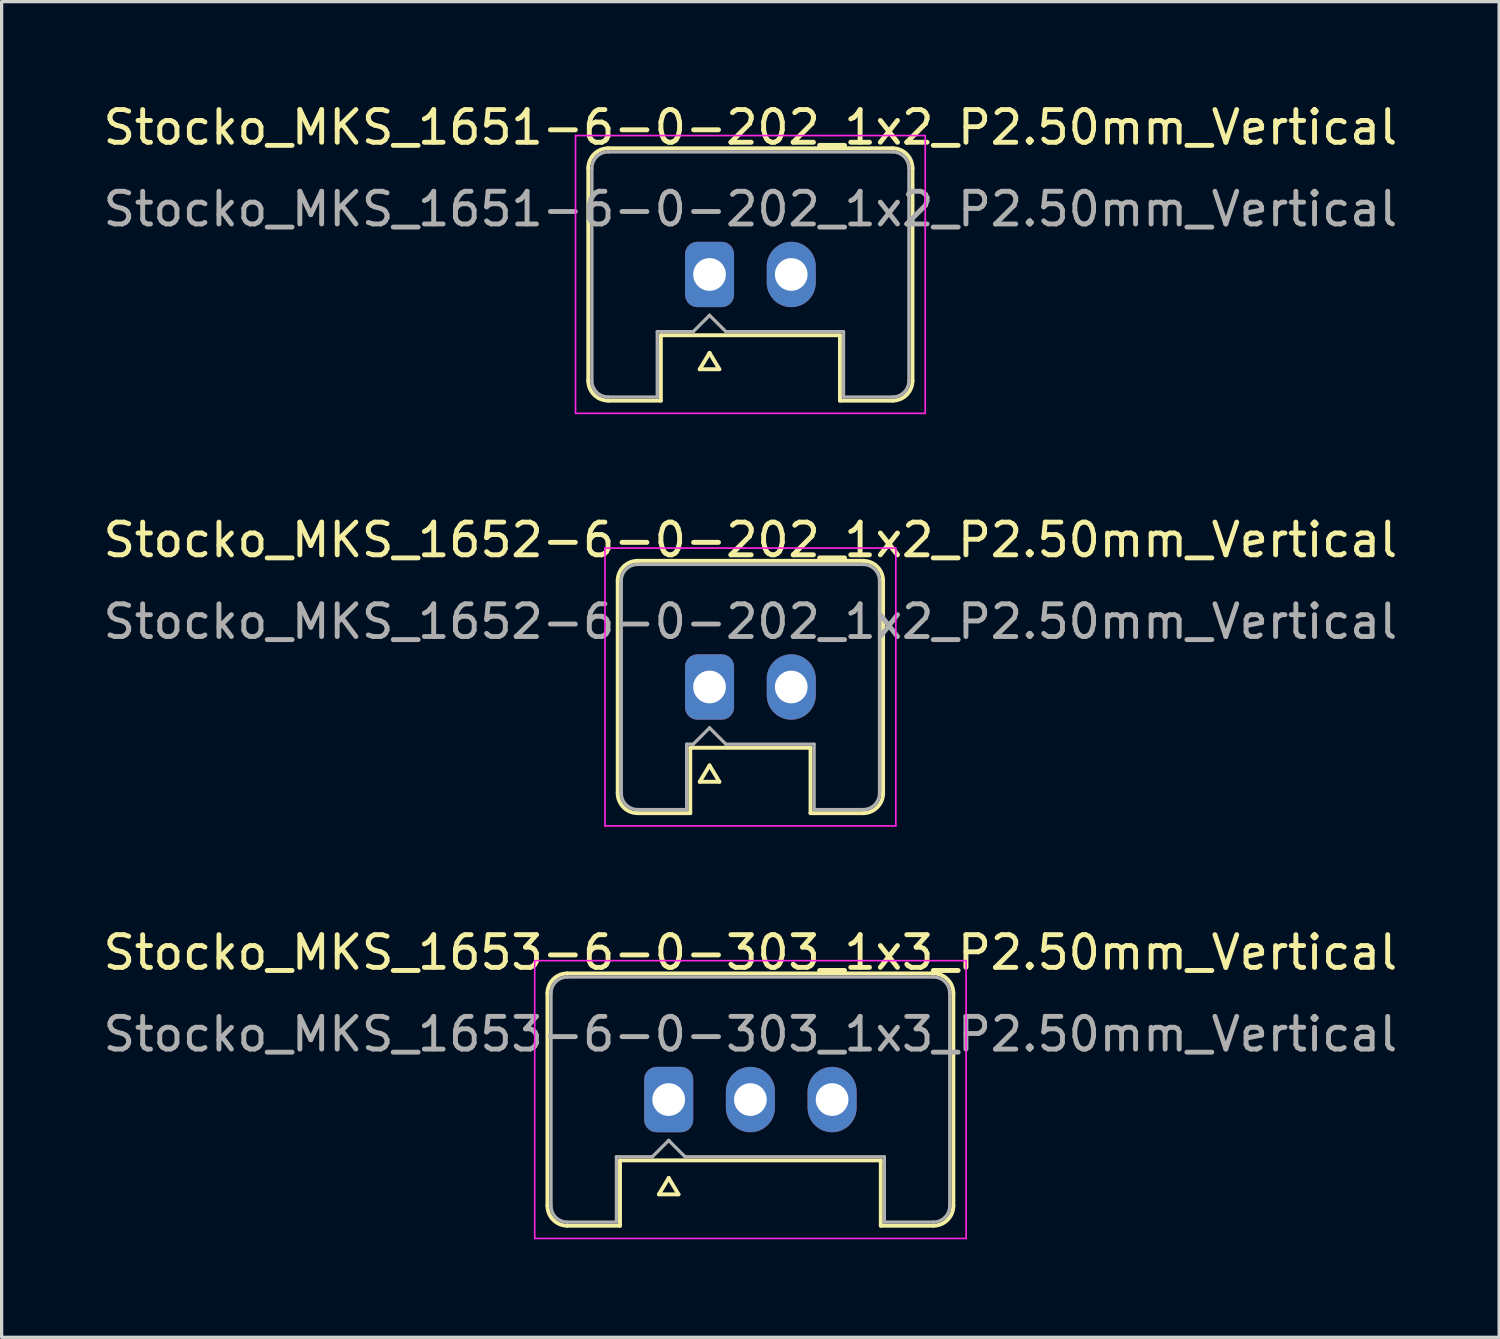
<source format=kicad_pcb>
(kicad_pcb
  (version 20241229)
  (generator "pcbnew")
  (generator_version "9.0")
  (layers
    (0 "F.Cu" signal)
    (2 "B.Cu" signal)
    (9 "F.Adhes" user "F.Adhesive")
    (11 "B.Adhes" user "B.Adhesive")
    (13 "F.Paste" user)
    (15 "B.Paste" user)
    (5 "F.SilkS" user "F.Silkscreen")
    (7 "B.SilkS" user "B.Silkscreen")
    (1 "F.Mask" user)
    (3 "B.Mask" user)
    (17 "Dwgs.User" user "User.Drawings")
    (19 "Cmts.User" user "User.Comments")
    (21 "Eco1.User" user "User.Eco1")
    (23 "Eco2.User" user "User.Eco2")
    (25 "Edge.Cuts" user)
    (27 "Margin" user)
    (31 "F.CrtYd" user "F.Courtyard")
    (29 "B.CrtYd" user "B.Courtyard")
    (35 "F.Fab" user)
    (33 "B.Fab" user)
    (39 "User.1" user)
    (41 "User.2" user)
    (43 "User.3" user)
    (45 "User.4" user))
  (footprint "Stocko_MKS_1653-6-0-303_1x3_P2.50mm_Vertical"
    (layer "F.Cu")
    (at 17.411 30.595)
    (property "Reference" "Stocko_MKS_1653-6-0-303_1x3_P2.50mm_Vertical" (at 2.5 -4.5 0) (layer "F.SilkS") (effects (font (size 1 1) (thickness 0.15))))
    (attr through_hole)
    (fp_line (start -3.71 -3.25) (end -3.71 3.25) (stroke (width 0.12) (type solid)) (layer "F.SilkS"))
    (fp_line (start -3.1 -3.86) (end 8.1 -3.86) (stroke (width 0.12) (type solid)) (layer "F.SilkS"))
    (fp_line (start -3.1 3.86) (end -1.49 3.86) (stroke (width 0.12) (type solid)) (layer "F.SilkS"))
    (fp_line (start -1.49 1.86) (end 6.49 1.86) (stroke (width 0.12) (type solid)) (layer "F.SilkS"))
    (fp_line (start -1.49 3.86) (end -1.49 1.86) (stroke (width 0.12) (type solid)) (layer "F.SilkS"))
    (fp_line (start -0.3 2.9) (end 0.3 2.9) (stroke (width 0.12) (type solid)) (layer "F.SilkS"))
    (fp_line (start 0 2.4) (end -0.3 2.9) (stroke (width 0.12) (type solid)) (layer "F.SilkS"))
    (fp_line (start 0.3 2.9) (end 0 2.4) (stroke (width 0.12) (type solid)) (layer "F.SilkS"))
    (fp_line (start 6.49 3.86) (end 6.49 1.86) (stroke (width 0.12) (type solid)) (layer "F.SilkS"))
    (fp_line (start 8.1 3.86) (end 6.49 3.86) (stroke (width 0.12) (type solid)) (layer "F.SilkS"))
    (fp_line (start 8.71 -3.25) (end 8.71 3.25) (stroke (width 0.12) (type solid)) (layer "F.SilkS"))
    (fp_arc (start -3.71 -3.25) (mid -3.531335 -3.681335) (end -3.1 -3.86) (stroke (width 0.12) (type solid)) (layer "F.SilkS"))
    (fp_arc (start -3.1 3.86) (mid -3.531335 3.681335) (end -3.71 3.25) (stroke (width 0.12) (type solid)) (layer "F.SilkS"))
    (fp_arc (start 8.1 -3.86) (mid 8.531335 -3.681335) (end 8.71 -3.25) (stroke (width 0.12) (type solid)) (layer "F.SilkS"))
    (fp_arc (start 8.71 3.25) (mid 8.531335 3.681335) (end 8.1 3.86) (stroke (width 0.12) (type solid)) (layer "F.SilkS"))
    (fp_line (start -4.1 -4.25) (end -4.1 4.25) (stroke (width 0.05) (type solid)) (layer "F.CrtYd"))
    (fp_line (start -4.1 4.25) (end 9.1 4.25) (stroke (width 0.05) (type solid)) (layer "F.CrtYd"))
    (fp_line (start 9.1 -4.25) (end -4.1 -4.25) (stroke (width 0.05) (type solid)) (layer "F.CrtYd"))
    (fp_line (start 9.1 4.25) (end 9.1 -4.25) (stroke (width 0.05) (type solid)) (layer "F.CrtYd"))
    (fp_line (start -3.6 -3.25) (end -3.6 3.25) (stroke (width 0.1) (type solid)) (layer "F.Fab"))
    (fp_line (start -3.1 -3.75) (end 8.1 -3.75) (stroke (width 0.1) (type solid)) (layer "F.Fab"))
    (fp_line (start -3.1 3.75) (end -1.6 3.75) (stroke (width 0.1) (type solid)) (layer "F.Fab"))
    (fp_line (start -1.6 1.75) (end -0.5 1.75) (stroke (width 0.1) (type solid)) (layer "F.Fab"))
    (fp_line (start -1.6 3.75) (end -1.6 1.75) (stroke (width 0.1) (type solid)) (layer "F.Fab"))
    (fp_line (start -0.5 1.75) (end 0 1.25) (stroke (width 0.1) (type solid)) (layer "F.Fab"))
    (fp_line (start 0 1.25) (end 0.5 1.75) (stroke (width 0.1) (type solid)) (layer "F.Fab"))
    (fp_line (start 0.5 1.75) (end 6.6 1.75) (stroke (width 0.1) (type solid)) (layer "F.Fab"))
    (fp_line (start 6.6 3.75) (end 6.6 1.75) (stroke (width 0.1) (type solid)) (layer "F.Fab"))
    (fp_line (start 8.1 3.75) (end 6.6 3.75) (stroke (width 0.1) (type solid)) (layer "F.Fab"))
    (fp_line (start 8.6 -3.25) (end 8.6 3.25) (stroke (width 0.1) (type solid)) (layer "F.Fab"))
    (fp_arc (start -3.6 -3.25) (mid -3.453553 -3.603553) (end -3.1 -3.75) (stroke (width 0.1) (type solid)) (layer "F.Fab"))
    (fp_arc (start -3.1 3.75) (mid -3.453553 3.603553) (end -3.6 3.25) (stroke (width 0.1) (type solid)) (layer "F.Fab"))
    (fp_arc (start 8.1 -3.75) (mid 8.453553 -3.603553) (end 8.6 -3.25) (stroke (width 0.1) (type solid)) (layer "F.Fab"))
    (fp_arc (start 8.6 3.25) (mid 8.453553 3.603553) (end 8.1 3.75) (stroke (width 0.1) (type solid)) (layer "F.Fab"))
    (fp_text user "${REFERENCE}" (at 2.5 -2 0) (layer "F.Fab") (effects (font (size 1 1) (thickness 0.15))))
    (pad "1" thru_hole roundrect (at 0 0) (size 1.5 2) (drill 1) (layers "*.Cu" "*.Mask") (roundrect_rratio 0.25))
    (pad "2" thru_hole oval (at 2.5 0) (size 1.5 2) (drill 1) (layers "*.Cu" "*.Mask"))
    (pad "3" thru_hole oval (at 5 0) (size 1.5 2) (drill 1) (layers "*.Cu" "*.Mask")))
  (footprint "Stocko_MKS_1652-6-0-202_1x2_P2.50mm_Vertical"
    (layer "F.Cu")
    (at 18.661 17.971)
    (property "Reference" "Stocko_MKS_1652-6-0-202_1x2_P2.50mm_Vertical" (at 1.25 -4.5 0) (layer "F.SilkS") (effects (font (size 1 1) (thickness 0.15))))
    (attr through_hole)
    (fp_line (start -2.81 -3.25) (end -2.81 3.25) (stroke (width 0.12) (type solid)) (layer "F.SilkS"))
    (fp_line (start -2.2 -3.86) (end 4.7 -3.86) (stroke (width 0.12) (type solid)) (layer "F.SilkS"))
    (fp_line (start -2.2 3.86) (end -0.59 3.86) (stroke (width 0.12) (type solid)) (layer "F.SilkS"))
    (fp_line (start -0.59 1.86) (end 3.09 1.86) (stroke (width 0.12) (type solid)) (layer "F.SilkS"))
    (fp_line (start -0.59 3.86) (end -0.59 1.86) (stroke (width 0.12) (type solid)) (layer "F.SilkS"))
    (fp_line (start -0.3 2.9) (end 0.3 2.9) (stroke (width 0.12) (type solid)) (layer "F.SilkS"))
    (fp_line (start 0 2.4) (end -0.3 2.9) (stroke (width 0.12) (type solid)) (layer "F.SilkS"))
    (fp_line (start 0.3 2.9) (end 0 2.4) (stroke (width 0.12) (type solid)) (layer "F.SilkS"))
    (fp_line (start 3.09 3.86) (end 3.09 1.86) (stroke (width 0.12) (type solid)) (layer "F.SilkS"))
    (fp_line (start 4.7 3.86) (end 3.09 3.86) (stroke (width 0.12) (type solid)) (layer "F.SilkS"))
    (fp_line (start 5.31 -3.25) (end 5.31 3.25) (stroke (width 0.12) (type solid)) (layer "F.SilkS"))
    (fp_arc (start -2.81 -3.25) (mid -2.631335 -3.681335) (end -2.2 -3.86) (stroke (width 0.12) (type solid)) (layer "F.SilkS"))
    (fp_arc (start -2.2 3.86) (mid -2.631335 3.681335) (end -2.81 3.25) (stroke (width 0.12) (type solid)) (layer "F.SilkS"))
    (fp_arc (start 4.7 -3.86) (mid 5.131335 -3.681335) (end 5.31 -3.25) (stroke (width 0.12) (type solid)) (layer "F.SilkS"))
    (fp_arc (start 5.31 3.25) (mid 5.131335 3.681335) (end 4.7 3.86) (stroke (width 0.12) (type solid)) (layer "F.SilkS"))
    (fp_line (start -3.2 -4.25) (end -3.2 4.25) (stroke (width 0.05) (type solid)) (layer "F.CrtYd"))
    (fp_line (start -3.2 4.25) (end 5.7 4.25) (stroke (width 0.05) (type solid)) (layer "F.CrtYd"))
    (fp_line (start 5.7 -4.25) (end -3.2 -4.25) (stroke (width 0.05) (type solid)) (layer "F.CrtYd"))
    (fp_line (start 5.7 4.25) (end 5.7 -4.25) (stroke (width 0.05) (type solid)) (layer "F.CrtYd"))
    (fp_line (start -2.7 -3.25) (end -2.7 3.25) (stroke (width 0.1) (type solid)) (layer "F.Fab"))
    (fp_line (start -2.2 -3.75) (end 4.7 -3.75) (stroke (width 0.1) (type solid)) (layer "F.Fab"))
    (fp_line (start -2.2 3.75) (end -0.7 3.75) (stroke (width 0.1) (type solid)) (layer "F.Fab"))
    (fp_line (start -0.7 1.75) (end -0.5 1.75) (stroke (width 0.1) (type solid)) (layer "F.Fab"))
    (fp_line (start -0.7 3.75) (end -0.7 1.75) (stroke (width 0.1) (type solid)) (layer "F.Fab"))
    (fp_line (start -0.5 1.75) (end 0 1.25) (stroke (width 0.1) (type solid)) (layer "F.Fab"))
    (fp_line (start 0 1.25) (end 0.5 1.75) (stroke (width 0.1) (type solid)) (layer "F.Fab"))
    (fp_line (start 0.5 1.75) (end 3.2 1.75) (stroke (width 0.1) (type solid)) (layer "F.Fab"))
    (fp_line (start 3.2 3.75) (end 3.2 1.75) (stroke (width 0.1) (type solid)) (layer "F.Fab"))
    (fp_line (start 4.7 3.75) (end 3.2 3.75) (stroke (width 0.1) (type solid)) (layer "F.Fab"))
    (fp_line (start 5.2 -3.25) (end 5.2 3.25) (stroke (width 0.1) (type solid)) (layer "F.Fab"))
    (fp_arc (start -2.7 -3.25) (mid -2.553553 -3.603553) (end -2.2 -3.75) (stroke (width 0.1) (type solid)) (layer "F.Fab"))
    (fp_arc (start -2.2 3.75) (mid -2.553553 3.603553) (end -2.7 3.25) (stroke (width 0.1) (type solid)) (layer "F.Fab"))
    (fp_arc (start 4.7 -3.75) (mid 5.053553 -3.603553) (end 5.2 -3.25) (stroke (width 0.1) (type solid)) (layer "F.Fab"))
    (fp_arc (start 5.2 3.25) (mid 5.053553 3.603553) (end 4.7 3.75) (stroke (width 0.1) (type solid)) (layer "F.Fab"))
    (fp_text user "${REFERENCE}" (at 1.25 -2 0) (layer "F.Fab") (effects (font (size 1 1) (thickness 0.15))))
    (pad "1" thru_hole roundrect (at 0 0) (size 1.5 2) (drill 1) (layers "*.Cu" "*.Mask") (roundrect_rratio 0.25))
    (pad "2" thru_hole oval (at 2.5 0) (size 1.5 2) (drill 1) (layers "*.Cu" "*.Mask")))
  (footprint "Stocko_MKS_1651-6-0-202_1x2_P2.50mm_Vertical"
    (layer "F.Cu")
    (at 18.661 5.348)
    (property "Reference" "Stocko_MKS_1651-6-0-202_1x2_P2.50mm_Vertical" (at 1.25 -4.5 0) (layer "F.SilkS") (effects (font (size 1 1) (thickness 0.15))))
    (attr through_hole)
    (fp_line (start -3.71 -3.25) (end -3.71 3.25) (stroke (width 0.12) (type solid)) (layer "F.SilkS"))
    (fp_line (start -3.1 -3.86) (end 5.6 -3.86) (stroke (width 0.12) (type solid)) (layer "F.SilkS"))
    (fp_line (start -3.1 3.86) (end -1.49 3.86) (stroke (width 0.12) (type solid)) (layer "F.SilkS"))
    (fp_line (start -1.49 1.86) (end 3.99 1.86) (stroke (width 0.12) (type solid)) (layer "F.SilkS"))
    (fp_line (start -1.49 3.86) (end -1.49 1.86) (stroke (width 0.12) (type solid)) (layer "F.SilkS"))
    (fp_line (start -0.3 2.9) (end 0.3 2.9) (stroke (width 0.12) (type solid)) (layer "F.SilkS"))
    (fp_line (start 0 2.4) (end -0.3 2.9) (stroke (width 0.12) (type solid)) (layer "F.SilkS"))
    (fp_line (start 0.3 2.9) (end 0 2.4) (stroke (width 0.12) (type solid)) (layer "F.SilkS"))
    (fp_line (start 3.99 3.86) (end 3.99 1.86) (stroke (width 0.12) (type solid)) (layer "F.SilkS"))
    (fp_line (start 5.6 3.86) (end 3.99 3.86) (stroke (width 0.12) (type solid)) (layer "F.SilkS"))
    (fp_line (start 6.21 -3.25) (end 6.21 3.25) (stroke (width 0.12) (type solid)) (layer "F.SilkS"))
    (fp_arc (start -3.71 -3.25) (mid -3.531335 -3.681335) (end -3.1 -3.86) (stroke (width 0.12) (type solid)) (layer "F.SilkS"))
    (fp_arc (start -3.1 3.86) (mid -3.531335 3.681335) (end -3.71 3.25) (stroke (width 0.12) (type solid)) (layer "F.SilkS"))
    (fp_arc (start 5.6 -3.86) (mid 6.031335 -3.681335) (end 6.21 -3.25) (stroke (width 0.12) (type solid)) (layer "F.SilkS"))
    (fp_arc (start 6.21 3.25) (mid 6.031335 3.681335) (end 5.6 3.86) (stroke (width 0.12) (type solid)) (layer "F.SilkS"))
    (fp_line (start -4.1 -4.25) (end -4.1 4.25) (stroke (width 0.05) (type solid)) (layer "F.CrtYd"))
    (fp_line (start -4.1 4.25) (end 6.6 4.25) (stroke (width 0.05) (type solid)) (layer "F.CrtYd"))
    (fp_line (start 6.6 -4.25) (end -4.1 -4.25) (stroke (width 0.05) (type solid)) (layer "F.CrtYd"))
    (fp_line (start 6.6 4.25) (end 6.6 -4.25) (stroke (width 0.05) (type solid)) (layer "F.CrtYd"))
    (fp_line (start -3.6 -3.25) (end -3.6 3.25) (stroke (width 0.1) (type solid)) (layer "F.Fab"))
    (fp_line (start -3.1 -3.75) (end 5.6 -3.75) (stroke (width 0.1) (type solid)) (layer "F.Fab"))
    (fp_line (start -3.1 3.75) (end -1.6 3.75) (stroke (width 0.1) (type solid)) (layer "F.Fab"))
    (fp_line (start -1.6 1.75) (end -0.5 1.75) (stroke (width 0.1) (type solid)) (layer "F.Fab"))
    (fp_line (start -1.6 3.75) (end -1.6 1.75) (stroke (width 0.1) (type solid)) (layer "F.Fab"))
    (fp_line (start -0.5 1.75) (end 0 1.25) (stroke (width 0.1) (type solid)) (layer "F.Fab"))
    (fp_line (start 0 1.25) (end 0.5 1.75) (stroke (width 0.1) (type solid)) (layer "F.Fab"))
    (fp_line (start 0.5 1.75) (end 4.1 1.75) (stroke (width 0.1) (type solid)) (layer "F.Fab"))
    (fp_line (start 4.1 3.75) (end 4.1 1.75) (stroke (width 0.1) (type solid)) (layer "F.Fab"))
    (fp_line (start 5.6 3.75) (end 4.1 3.75) (stroke (width 0.1) (type solid)) (layer "F.Fab"))
    (fp_line (start 6.1 -3.25) (end 6.1 3.25) (stroke (width 0.1) (type solid)) (layer "F.Fab"))
    (fp_arc (start -3.6 -3.25) (mid -3.453553 -3.603553) (end -3.1 -3.75) (stroke (width 0.1) (type solid)) (layer "F.Fab"))
    (fp_arc (start -3.1 3.75) (mid -3.453553 3.603553) (end -3.6 3.25) (stroke (width 0.1) (type solid)) (layer "F.Fab"))
    (fp_arc (start 5.6 -3.75) (mid 5.953553 -3.603553) (end 6.1 -3.25) (stroke (width 0.1) (type solid)) (layer "F.Fab"))
    (fp_arc (start 6.1 3.25) (mid 5.953553 3.603553) (end 5.6 3.75) (stroke (width 0.1) (type solid)) (layer "F.Fab"))
    (fp_text user "${REFERENCE}" (at 1.25 -2 0) (layer "F.Fab") (effects (font (size 1 1) (thickness 0.15))))
    (pad "1" thru_hole roundrect (at 0 0) (size 1.5 2) (drill 1) (layers "*.Cu" "*.Mask") (roundrect_rratio 0.25))
    (pad "2" thru_hole oval (at 2.5 0) (size 1.5 2) (drill 1) (layers "*.Cu" "*.Mask")))
  (gr_rect
    (start -3 -3)
    (end 42.821 37.87)
    (stroke (width 0.1) (type default))
    (fill no)
    (layer "Edge.Cuts")))
</source>
